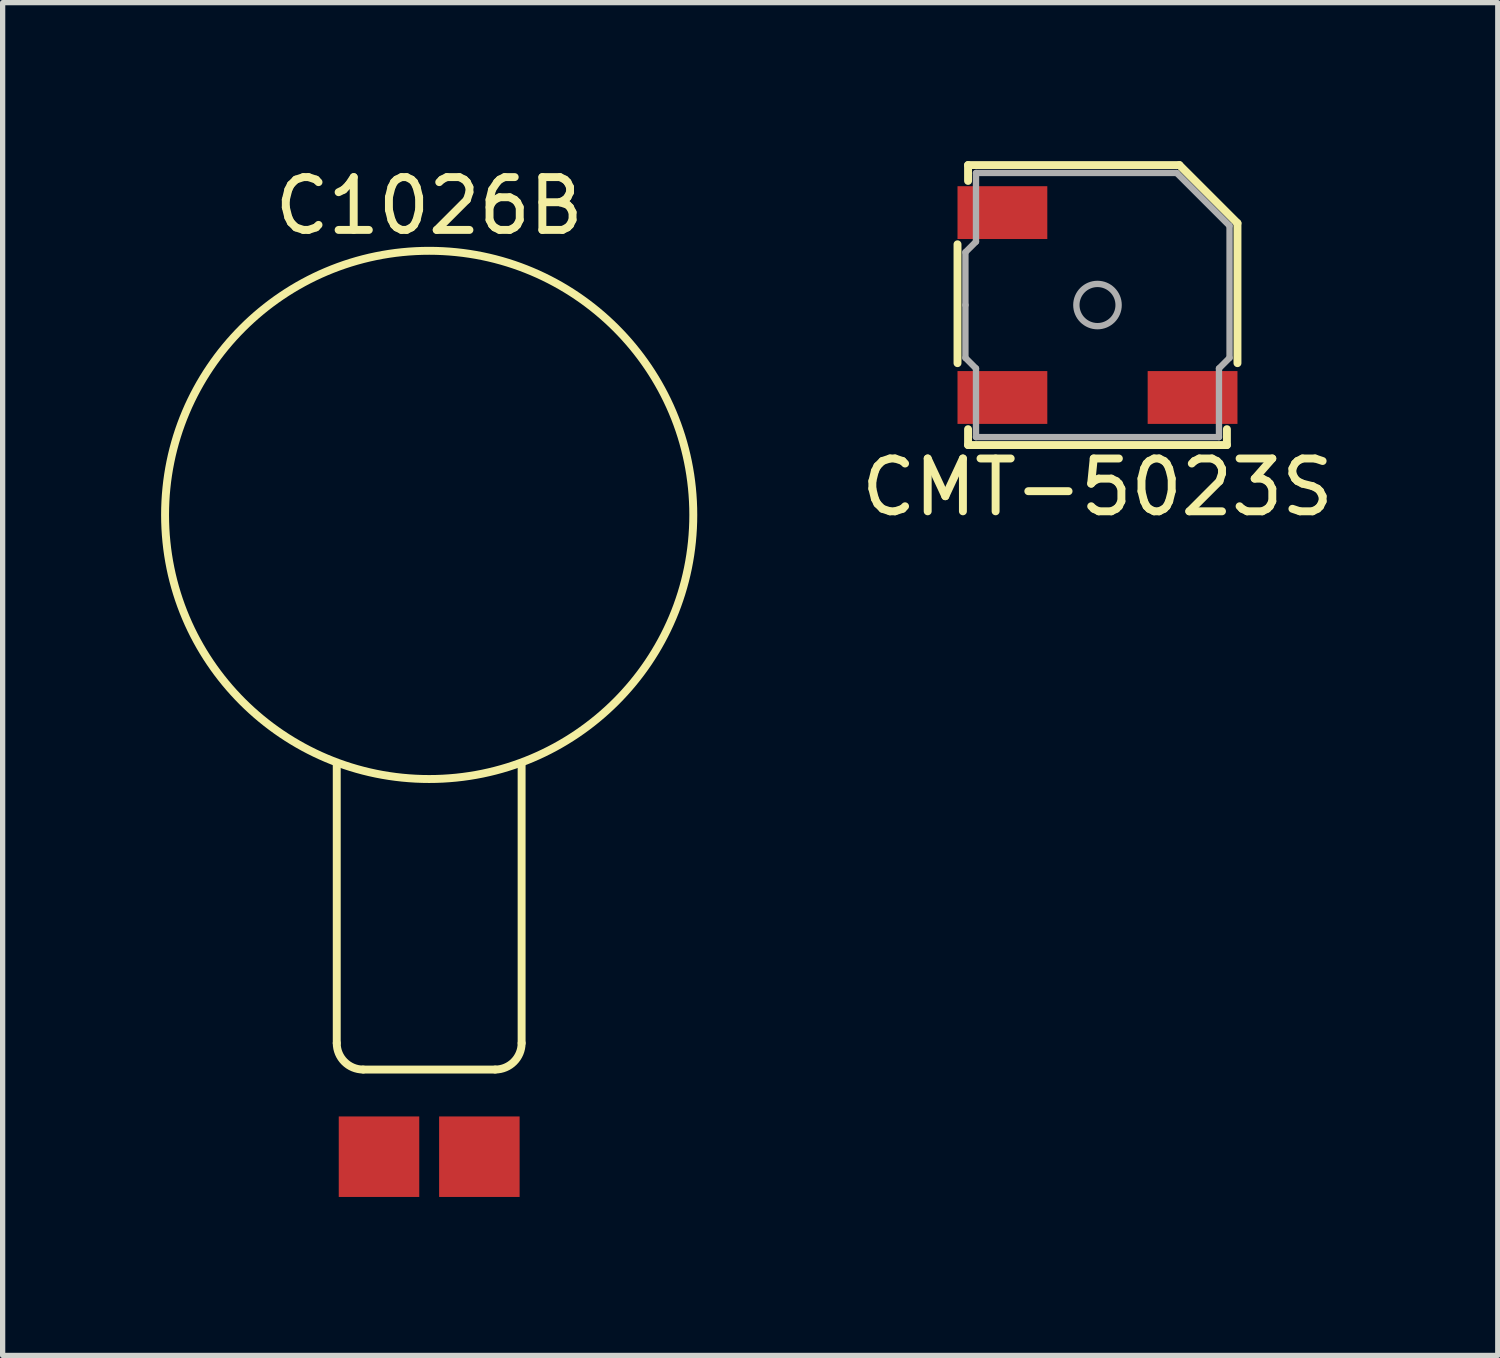
<source format=kicad_pcb>
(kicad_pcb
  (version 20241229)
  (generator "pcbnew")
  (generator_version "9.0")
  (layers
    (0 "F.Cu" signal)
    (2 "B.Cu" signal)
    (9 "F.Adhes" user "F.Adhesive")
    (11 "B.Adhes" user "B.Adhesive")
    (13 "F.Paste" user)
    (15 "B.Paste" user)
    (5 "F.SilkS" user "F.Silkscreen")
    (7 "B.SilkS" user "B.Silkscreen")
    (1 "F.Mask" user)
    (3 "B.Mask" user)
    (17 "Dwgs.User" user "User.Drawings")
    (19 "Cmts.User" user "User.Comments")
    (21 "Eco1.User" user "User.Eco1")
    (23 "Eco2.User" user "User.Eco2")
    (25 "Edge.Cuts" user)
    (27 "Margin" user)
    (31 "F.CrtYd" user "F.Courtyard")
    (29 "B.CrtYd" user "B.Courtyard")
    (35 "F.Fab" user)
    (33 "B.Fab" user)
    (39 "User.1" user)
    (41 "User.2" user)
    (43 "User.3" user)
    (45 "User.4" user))
  (footprint "C1026B"
    (layer "F.Cu")
    (at 5.075 6.698)
    (property "Reference" "C1026B" (at 0 -5.85 0) (layer "F.SilkS") (effects (font (size 1 1) (thickness 0.15))))
    (attr through_hole)
    (fp_line (start -1.75 10) (end -1.75 4.7) (stroke (width 0.15) (type solid)) (layer "F.SilkS"))
    (fp_line (start 1.25 10.5) (end -1.25 10.5) (stroke (width 0.15) (type solid)) (layer "F.SilkS"))
    (fp_line (start 1.75 10) (end 1.75 4.7) (stroke (width 0.15) (type solid)) (layer "F.SilkS"))
    (fp_arc (start -1.25 10.5) (mid -1.603553 10.353553) (end -1.75 10) (stroke (width 0.15) (type solid)) (layer "F.SilkS"))
    (fp_arc (start 1.75 10) (mid 1.603553 10.353553) (end 1.25 10.5) (stroke (width 0.15) (type solid)) (layer "F.SilkS"))
    (fp_circle (center 0 0) (end 5 0) (stroke (width 0.15) (type solid)) (fill no) (layer "F.SilkS"))
    (pad "1" smd rect (at -0.95 12.15) (size 1.524 1.524) (layers "F.Cu" "F.Mask" "F.Paste"))
    (pad "2" smd rect (at 0.95 12.15) (size 1.524 1.524) (layers "F.Cu" "F.Mask" "F.Paste")))
  (footprint "CMT-5023S"
    (layer "F.Cu")
    (at 17.727 2.725)
    (property "Reference" "CMT-5023S" (at 0 3.45 0) (layer "F.SilkS") (effects (font (size 1 1) (thickness 0.15))))
    (attr through_hole)
    (fp_line (start -2.65 -1.15) (end -2.65 1.1) (stroke (width 0.15) (type solid)) (layer "F.SilkS"))
    (fp_line (start -2.45 -2.65) (end -2.45 -2.35) (stroke (width 0.15) (type solid)) (layer "F.SilkS"))
    (fp_line (start -2.45 2.35) (end -2.45 2.65) (stroke (width 0.15) (type solid)) (layer "F.SilkS"))
    (fp_line (start -2.45 2.65) (end 2.45 2.65) (stroke (width 0.15) (type solid)) (layer "F.SilkS"))
    (fp_line (start 1.55 -2.65) (end -2.45 -2.65) (stroke (width 0.15) (type solid)) (layer "F.SilkS"))
    (fp_line (start 1.55 -2.65) (end 2.65 -1.55) (stroke (width 0.15) (type solid)) (layer "F.SilkS"))
    (fp_line (start 2.45 2.65) (end 2.45 2.35) (stroke (width 0.15) (type solid)) (layer "F.SilkS"))
    (fp_line (start 2.65 -1.55) (end 2.65 1.1) (stroke (width 0.15) (type solid)) (layer "F.SilkS"))
    (fp_line (start -2.5 -1) (end -2.3 -1.2) (stroke (width 0.12) (type solid)) (layer "F.Fab"))
    (fp_line (start -2.5 0) (end -2.5 -1) (stroke (width 0.12) (type solid)) (layer "F.Fab"))
    (fp_line (start -2.5 0) (end -2.5 1) (stroke (width 0.12) (type solid)) (layer "F.Fab"))
    (fp_line (start -2.5 1) (end -2.3 1.2) (stroke (width 0.12) (type solid)) (layer "F.Fab"))
    (fp_line (start -2.3 -2.5) (end 1.5 -2.5) (stroke (width 0.12) (type solid)) (layer "F.Fab"))
    (fp_line (start -2.3 -1.2) (end -2.3 -2.5) (stroke (width 0.12) (type solid)) (layer "F.Fab"))
    (fp_line (start -2.3 1.2) (end -2.3 2.5) (stroke (width 0.12) (type solid)) (layer "F.Fab"))
    (fp_line (start -2.3 2.5) (end 2.3 2.5) (stroke (width 0.12) (type solid)) (layer "F.Fab"))
    (fp_line (start 1.5 -2.5) (end 2.5 -1.5) (stroke (width 0.12) (type solid)) (layer "F.Fab"))
    (fp_line (start 2.3 1.2) (end 2.5 1) (stroke (width 0.12) (type solid)) (layer "F.Fab"))
    (fp_line (start 2.3 2.5) (end 2.3 1.2) (stroke (width 0.12) (type solid)) (layer "F.Fab"))
    (fp_line (start 2.5 1) (end 2.5 -1.5) (stroke (width 0.12) (type solid)) (layer "F.Fab"))
    (fp_circle (center 0 0) (end 0.4 0) (stroke (width 0.12) (type solid)) (fill no) (layer "F.Fab"))
    (pad "" smd rect (at -1.8 -1.75) (size 1.7 1) (layers "F.Cu" "F.Mask" "F.Paste"))
    (pad "1" smd rect (at -1.8 1.75) (size 1.7 1) (layers "F.Cu" "F.Mask" "F.Paste"))
    (pad "2" smd rect (at 1.8 1.75) (size 1.7 1) (layers "F.Cu" "F.Mask" "F.Paste")))
  (gr_rect
    (start -3 -3)
    (end 25.305 22.61)
    (stroke (width 0.1) (type default))
    (fill no)
    (layer "Edge.Cuts")))
</source>
